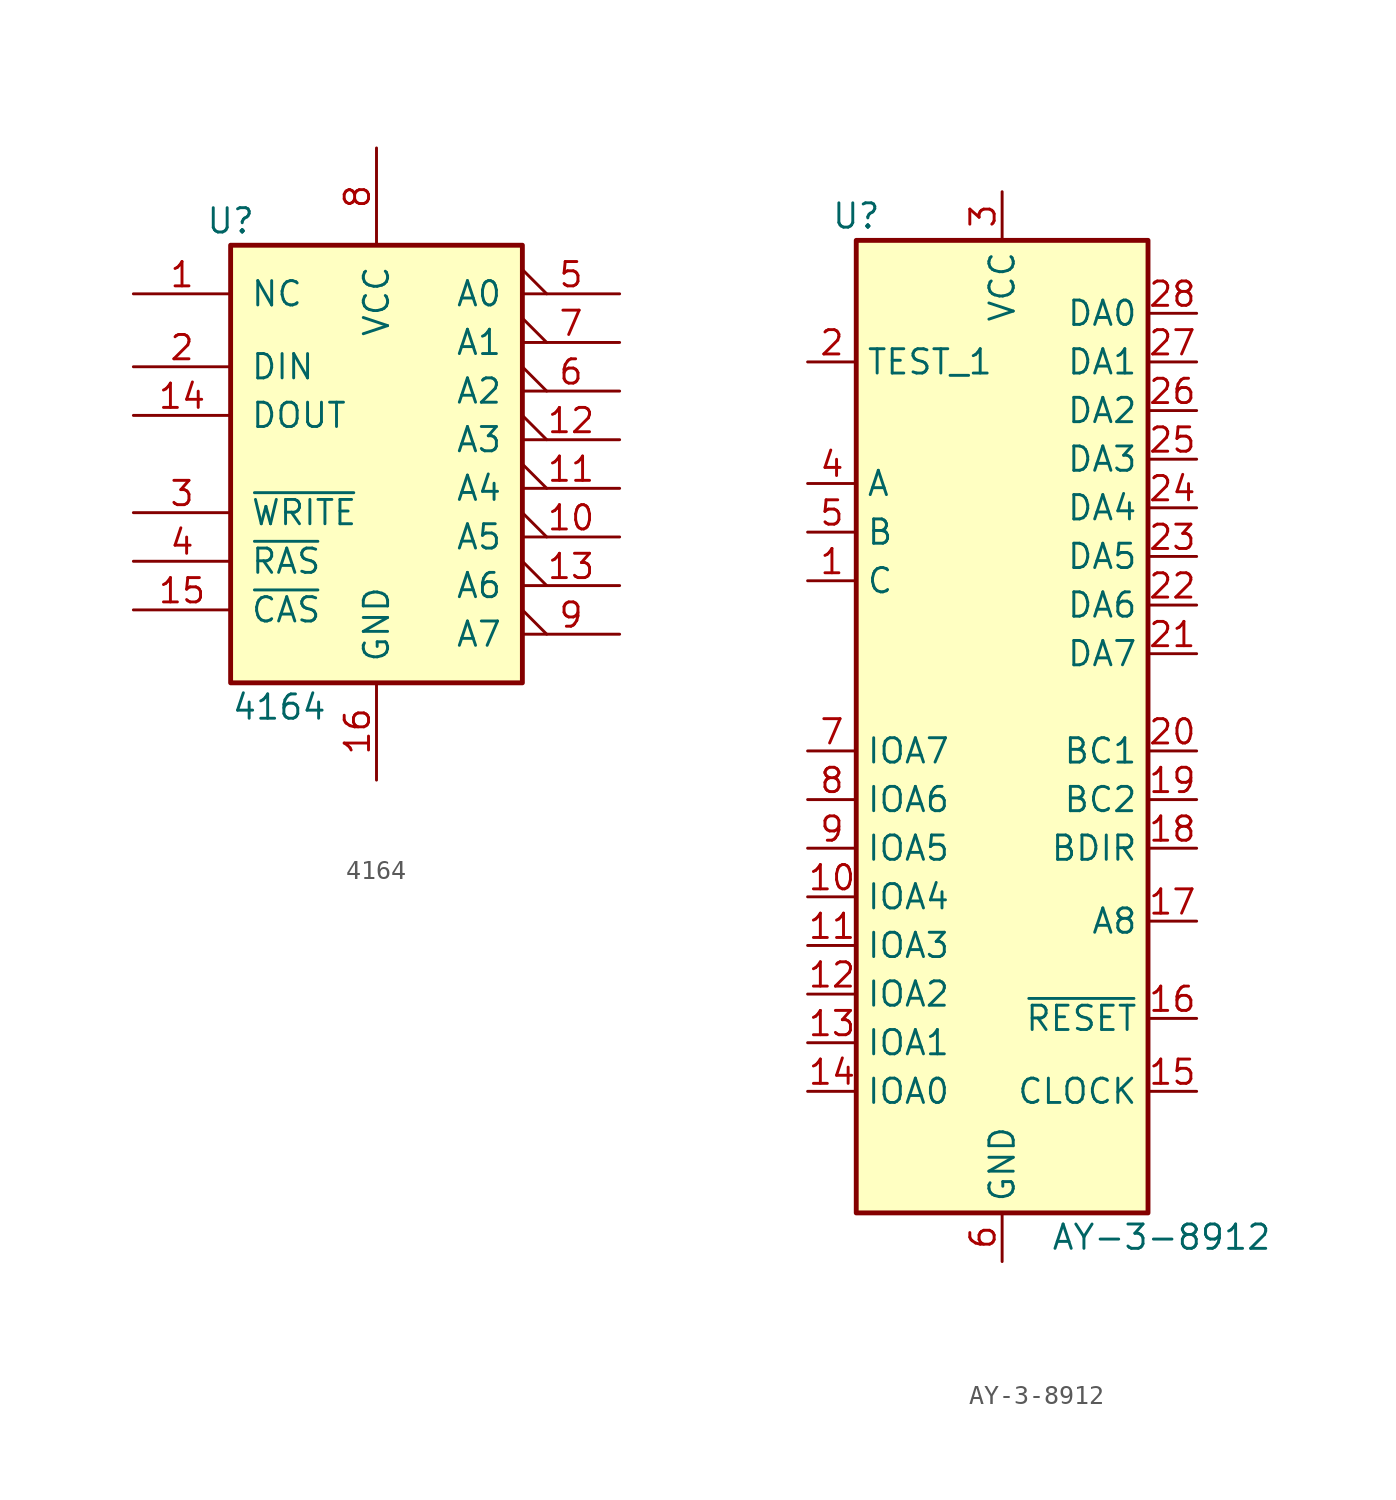
<source format=kicad_sym>
(kicad_symbol_lib
  (version 20211014)
  (generator kicad_symbol_editor)
  (symbol "4164"
    (pin_names
      (offset 1.016))
    (property "Reference" "U"
      (at -7.62 11.43 0)
      (effects (font (size 1.27 1.27))))
    (property "Value" "4164"
      (at -5.08 -13.97 0)
      (effects (font (size 1.27 1.27))))
    (property "ki_locked" ""
      (at 0 0 0)
      (effects (font (size 1.27 1.27))))
    (symbol "4164_1_0"
      (pin bidirectional line (at -12.7 7.62 0) (length 5.08) (name "NC" (effects (font (size 1.27 1.27)))) (number "1" (effects (font (size 1.27 1.27)))))
      (pin input output_low (at 12.7 -5.08 180) (length 5.08) (name "A5" (effects (font (size 1.27 1.27)))) (number "10" (effects (font (size 1.27 1.27)))))
      (pin input output_low (at 12.7 -2.54 180) (length 5.08) (name "A4" (effects (font (size 1.27 1.27)))) (number "11" (effects (font (size 1.27 1.27)))))
      (pin input output_low (at 12.7 0 180) (length 5.08) (name "A3" (effects (font (size 1.27 1.27)))) (number "12" (effects (font (size 1.27 1.27)))))
      (pin input output_low (at 12.7 -7.62 180) (length 5.08) (name "A6" (effects (font (size 1.27 1.27)))) (number "13" (effects (font (size 1.27 1.27)))))
      (pin output line (at -12.7 1.27 0) (length 5.08) (name "DOUT" (effects (font (size 1.27 1.27)))) (number "14" (effects (font (size 1.27 1.27)))))
      (pin input line (at -12.7 -8.89 0) (length 5.08) (name "~{CAS}" (effects (font (size 1.27 1.27)))) (number "15" (effects (font (size 1.27 1.27)))))
      (pin power_in line (at 0 -17.78 90) (length 5.08) (name "GND" (effects (font (size 1.27 1.27)))) (number "16" (effects (font (size 1.27 1.27)))))
      (pin input line (at -12.7 3.81 0) (length 5.08) (name "DIN" (effects (font (size 1.27 1.27)))) (number "2" (effects (font (size 1.27 1.27)))))
      (pin input line (at -12.7 -3.81 0) (length 5.08) (name "~{WRITE}" (effects (font (size 1.27 1.27)))) (number "3" (effects (font (size 1.27 1.27)))))
      (pin input line (at -12.7 -6.35 0) (length 5.08) (name "~{RAS}" (effects (font (size 1.27 1.27)))) (number "4" (effects (font (size 1.27 1.27)))))
      (pin input output_low (at 12.7 7.62 180) (length 5.08) (name "A0" (effects (font (size 1.27 1.27)))) (number "5" (effects (font (size 1.27 1.27)))))
      (pin input output_low (at 12.7 2.54 180) (length 5.08) (name "A2" (effects (font (size 1.27 1.27)))) (number "6" (effects (font (size 1.27 1.27)))))
      (pin input output_low (at 12.7 5.08 180) (length 5.08) (name "A1" (effects (font (size 1.27 1.27)))) (number "7" (effects (font (size 1.27 1.27)))))
      (pin power_in line (at 0 15.24 270) (length 5.08) (name "VCC" (effects (font (size 1.27 1.27)))) (number "8" (effects (font (size 1.27 1.27)))))
      (pin input output_low (at 12.7 -10.16 180) (length 5.08) (name "A7" (effects (font (size 1.27 1.27)))) (number "9" (effects (font (size 1.27 1.27))))))
    (symbol "4164_1_1"
      (rectangle (start -7.62 10.16) (end 7.62 -12.7) (stroke (width 0.254) (type default) (color 0 0 0 0)) (fill (type background)))))
  (symbol "AY-3-8912"
    (property "Reference" "U"
      (at -7.62 26.67 0)
      (effects (font (size 1.27 1.27))))
    (property "Value" "AY-3-8912"
      (at 2.54 -26.67 0)
      (effects (font (size 1.27 1.27)) (justify left)))
    (symbol "AY-3-8912_1_1"
      (rectangle (start -7.62 25.4) (end 7.62 -25.4) (stroke (width 0.254) (type default) (color 0 0 0 0)) (fill (type background)))
      (pin output line (at -10.16 7.62 0) (length 2.54) (name "C" (effects (font (size 1.27 1.27)))) (number "1" (effects (font (size 1.27 1.27)))))
      (pin input line (at -10.16 -8.89 0) (length 2.54) (name "IOA4" (effects (font (size 1.27 1.27)))) (number "10" (effects (font (size 1.27 1.27)))))
      (pin input line (at -10.16 -11.43 0) (length 2.54) (name "IOA3" (effects (font (size 1.27 1.27)))) (number "11" (effects (font (size 1.27 1.27)))))
      (pin input line (at -10.16 -13.97 0) (length 2.54) (name "IOA2" (effects (font (size 1.27 1.27)))) (number "12" (effects (font (size 1.27 1.27)))))
      (pin input line (at -10.16 -16.51 0) (length 2.54) (name "IOA1" (effects (font (size 1.27 1.27)))) (number "13" (effects (font (size 1.27 1.27)))))
      (pin input line (at -10.16 -19.05 0) (length 2.54) (name "IOA0" (effects (font (size 1.27 1.27)))) (number "14" (effects (font (size 1.27 1.27)))))
      (pin input line (at 10.16 -19.05 180) (length 2.54) (name "CLOCK" (effects (font (size 1.27 1.27)))) (number "15" (effects (font (size 1.27 1.27)))))
      (pin input line (at 10.16 -15.24 180) (length 2.54) (name "~{RESET}" (effects (font (size 1.27 1.27)))) (number "16" (effects (font (size 1.27 1.27)))))
      (pin input line (at 10.16 -10.16 180) (length 2.54) (name "A8" (effects (font (size 1.27 1.27)))) (number "17" (effects (font (size 1.27 1.27)))))
      (pin input line (at 10.16 -6.35 180) (length 2.54) (name "BDIR" (effects (font (size 1.27 1.27)))) (number "18" (effects (font (size 1.27 1.27)))))
      (pin input line (at 10.16 -3.81 180) (length 2.54) (name "BC2" (effects (font (size 1.27 1.27)))) (number "19" (effects (font (size 1.27 1.27)))))
      (pin passive line (at -10.16 19.05 0) (length 2.54) (name "TEST_1" (effects (font (size 1.27 1.27)))) (number "2" (effects (font (size 1.27 1.27)))))
      (pin input line (at 10.16 -1.27 180) (length 2.54) (name "BC1" (effects (font (size 1.27 1.27)))) (number "20" (effects (font (size 1.27 1.27)))))
      (pin tri_state line (at 10.16 3.81 180) (length 2.54) (name "DA7" (effects (font (size 1.27 1.27)))) (number "21" (effects (font (size 1.27 1.27)))))
      (pin tri_state line (at 10.16 6.35 180) (length 2.54) (name "DA6" (effects (font (size 1.27 1.27)))) (number "22" (effects (font (size 1.27 1.27)))))
      (pin tri_state line (at 10.16 8.89 180) (length 2.54) (name "DA5" (effects (font (size 1.27 1.27)))) (number "23" (effects (font (size 1.27 1.27)))))
      (pin tri_state line (at 10.16 11.43 180) (length 2.54) (name "DA4" (effects (font (size 1.27 1.27)))) (number "24" (effects (font (size 1.27 1.27)))))
      (pin tri_state line (at 10.16 13.97 180) (length 2.54) (name "DA3" (effects (font (size 1.27 1.27)))) (number "25" (effects (font (size 1.27 1.27)))))
      (pin tri_state line (at 10.16 16.51 180) (length 2.54) (name "DA2" (effects (font (size 1.27 1.27)))) (number "26" (effects (font (size 1.27 1.27)))))
      (pin tri_state line (at 10.16 19.05 180) (length 2.54) (name "DA1" (effects (font (size 1.27 1.27)))) (number "27" (effects (font (size 1.27 1.27)))))
      (pin tri_state line (at 10.16 21.59 180) (length 2.54) (name "DA0" (effects (font (size 1.27 1.27)))) (number "28" (effects (font (size 1.27 1.27)))))
      (pin power_in line (at 0 27.94 270) (length 2.54) (name "VCC" (effects (font (size 1.27 1.27)))) (number "3" (effects (font (size 1.27 1.27)))))
      (pin output line (at -10.16 12.7 0) (length 2.54) (name "A" (effects (font (size 1.27 1.27)))) (number "4" (effects (font (size 1.27 1.27)))))
      (pin output line (at -10.16 10.16 0) (length 2.54) (name "B" (effects (font (size 1.27 1.27)))) (number "5" (effects (font (size 1.27 1.27)))))
      (pin power_in line (at 0 -27.94 90) (length 2.54) (name "GND" (effects (font (size 1.27 1.27)))) (number "6" (effects (font (size 1.27 1.27)))))
      (pin input line (at -10.16 -1.27 0) (length 2.54) (name "IOA7" (effects (font (size 1.27 1.27)))) (number "7" (effects (font (size 1.27 1.27)))))
      (pin input line (at -10.16 -3.81 0) (length 2.54) (name "IOA6" (effects (font (size 1.27 1.27)))) (number "8" (effects (font (size 1.27 1.27)))))
      (pin input line (at -10.16 -6.35 0) (length 2.54) (name "IOA5" (effects (font (size 1.27 1.27)))) (number "9" (effects (font (size 1.27 1.27))))))))
</source>
